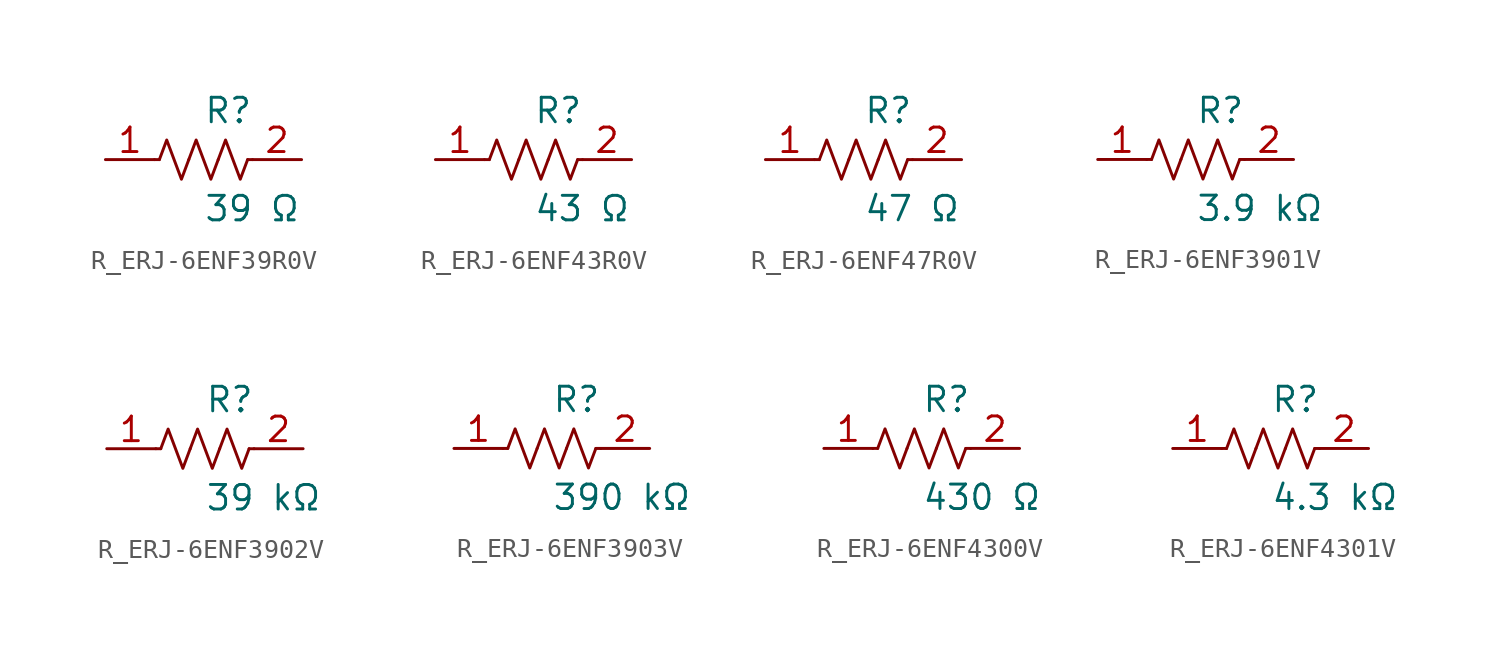
<source format=kicad_sym>
(kicad_symbol_lib
  (version 20231120)
  (generator kicad_symbol_editor)
  (generator_version 8.0)
  (symbol "R_ERJ-6ENF39R0V"
    (pin_names
      (offset 0.254))
    (property "Reference" "R"
      (at 0.0 2.54 0)
      (effects (font (size 1.27 1.27)) (justify left)))
    (property "Value" "39 Ω"
      (at 0.0 -2.54 0)
      (effects (font (size 1.27 1.27)) (justify left)))
    (symbol "R_ERJ-6ENF39R0V_0_1"
      (polyline (pts (xy 2.286 0) (xy 2.54 0)) (stroke (width 0) (type default)) (fill (type none)))
      (polyline (pts (xy -2.286 0) (xy -2.54 0)) (stroke (width 0) (type default)) (fill (type none)))
      (polyline (pts (xy 0.762 0) (xy 1.143 1.016) (xy 1.524 0) (xy 1.905 -1.016) (xy 2.286 0)) (stroke (width 0) (type default)) (fill (type none)))
      (polyline (pts (xy -0.762 0) (xy -0.381 1.016) (xy 0 0) (xy 0.381 -1.016) (xy 0.762 0)) (stroke (width 0) (type default)) (fill (type none)))
      (polyline (pts (xy -2.286 0) (xy -1.905 1.016) (xy -1.524 0) (xy -1.143 -1.016) (xy -0.762 0)) (stroke (width 0) (type default)) (fill (type none))))
    (pin unspecified line
      (at -5.08 0 0)
      (length 2.54)
      (name "" (effects (font (size 1.27 1.27))))
      (number "1" (effects (font (size 1.27 1.27)))))
    (pin unspecified line
      (at 5.08 0 180)
      (length 2.54)
      (name "" (effects (font (size 1.27 1.27))))
      (number "2" (effects (font (size 1.27 1.27))))))
  (symbol "R_ERJ-6ENF43R0V"
    (pin_names
      (offset 0.254))
    (property "Reference" "R"
      (at 0.0 2.54 0)
      (effects (font (size 1.27 1.27)) (justify left)))
    (property "Value" "43 Ω"
      (at 0.0 -2.54 0)
      (effects (font (size 1.27 1.27)) (justify left)))
    (symbol "R_ERJ-6ENF43R0V_0_1"
      (polyline (pts (xy 2.286 0) (xy 2.54 0)) (stroke (width 0) (type default)) (fill (type none)))
      (polyline (pts (xy -2.286 0) (xy -2.54 0)) (stroke (width 0) (type default)) (fill (type none)))
      (polyline (pts (xy 0.762 0) (xy 1.143 1.016) (xy 1.524 0) (xy 1.905 -1.016) (xy 2.286 0)) (stroke (width 0) (type default)) (fill (type none)))
      (polyline (pts (xy -0.762 0) (xy -0.381 1.016) (xy 0 0) (xy 0.381 -1.016) (xy 0.762 0)) (stroke (width 0) (type default)) (fill (type none)))
      (polyline (pts (xy -2.286 0) (xy -1.905 1.016) (xy -1.524 0) (xy -1.143 -1.016) (xy -0.762 0)) (stroke (width 0) (type default)) (fill (type none))))
    (pin unspecified line
      (at -5.08 0 0)
      (length 2.54)
      (name "" (effects (font (size 1.27 1.27))))
      (number "1" (effects (font (size 1.27 1.27)))))
    (pin unspecified line
      (at 5.08 0 180)
      (length 2.54)
      (name "" (effects (font (size 1.27 1.27))))
      (number "2" (effects (font (size 1.27 1.27))))))
  (symbol "R_ERJ-6ENF47R0V"
    (pin_names
      (offset 0.254))
    (property "Reference" "R"
      (at 0.0 2.54 0)
      (effects (font (size 1.27 1.27)) (justify left)))
    (property "Value" "47 Ω"
      (at 0.0 -2.54 0)
      (effects (font (size 1.27 1.27)) (justify left)))
    (symbol "R_ERJ-6ENF47R0V_0_1"
      (polyline (pts (xy 2.286 0) (xy 2.54 0)) (stroke (width 0) (type default)) (fill (type none)))
      (polyline (pts (xy -2.286 0) (xy -2.54 0)) (stroke (width 0) (type default)) (fill (type none)))
      (polyline (pts (xy 0.762 0) (xy 1.143 1.016) (xy 1.524 0) (xy 1.905 -1.016) (xy 2.286 0)) (stroke (width 0) (type default)) (fill (type none)))
      (polyline (pts (xy -0.762 0) (xy -0.381 1.016) (xy 0 0) (xy 0.381 -1.016) (xy 0.762 0)) (stroke (width 0) (type default)) (fill (type none)))
      (polyline (pts (xy -2.286 0) (xy -1.905 1.016) (xy -1.524 0) (xy -1.143 -1.016) (xy -0.762 0)) (stroke (width 0) (type default)) (fill (type none))))
    (pin unspecified line
      (at -5.08 0 0)
      (length 2.54)
      (name "" (effects (font (size 1.27 1.27))))
      (number "1" (effects (font (size 1.27 1.27)))))
    (pin unspecified line
      (at 5.08 0 180)
      (length 2.54)
      (name "" (effects (font (size 1.27 1.27))))
      (number "2" (effects (font (size 1.27 1.27))))))
  (symbol "R_ERJ-6ENF3901V"
    (pin_names
      (offset 0.254))
    (property "Reference" "R"
      (at 0.0 2.54 0)
      (effects (font (size 1.27 1.27)) (justify left)))
    (property "Value" "3.9 kΩ"
      (at 0.0 -2.54 0)
      (effects (font (size 1.27 1.27)) (justify left)))
    (symbol "R_ERJ-6ENF3901V_0_1"
      (polyline (pts (xy 2.286 0) (xy 2.54 0)) (stroke (width 0) (type default)) (fill (type none)))
      (polyline (pts (xy -2.286 0) (xy -2.54 0)) (stroke (width 0) (type default)) (fill (type none)))
      (polyline (pts (xy 0.762 0) (xy 1.143 1.016) (xy 1.524 0) (xy 1.905 -1.016) (xy 2.286 0)) (stroke (width 0) (type default)) (fill (type none)))
      (polyline (pts (xy -0.762 0) (xy -0.381 1.016) (xy 0 0) (xy 0.381 -1.016) (xy 0.762 0)) (stroke (width 0) (type default)) (fill (type none)))
      (polyline (pts (xy -2.286 0) (xy -1.905 1.016) (xy -1.524 0) (xy -1.143 -1.016) (xy -0.762 0)) (stroke (width 0) (type default)) (fill (type none))))
    (pin unspecified line
      (at -5.08 0 0)
      (length 2.54)
      (name "" (effects (font (size 1.27 1.27))))
      (number "1" (effects (font (size 1.27 1.27)))))
    (pin unspecified line
      (at 5.08 0 180)
      (length 2.54)
      (name "" (effects (font (size 1.27 1.27))))
      (number "2" (effects (font (size 1.27 1.27))))))
  (symbol "R_ERJ-6ENF3902V"
    (pin_names
      (offset 0.254))
    (property "Reference" "R"
      (at 0.0 2.54 0)
      (effects (font (size 1.27 1.27)) (justify left)))
    (property "Value" "39 kΩ"
      (at 0.0 -2.54 0)
      (effects (font (size 1.27 1.27)) (justify left)))
    (symbol "R_ERJ-6ENF3902V_0_1"
      (polyline (pts (xy 2.286 0) (xy 2.54 0)) (stroke (width 0) (type default)) (fill (type none)))
      (polyline (pts (xy -2.286 0) (xy -2.54 0)) (stroke (width 0) (type default)) (fill (type none)))
      (polyline (pts (xy 0.762 0) (xy 1.143 1.016) (xy 1.524 0) (xy 1.905 -1.016) (xy 2.286 0)) (stroke (width 0) (type default)) (fill (type none)))
      (polyline (pts (xy -0.762 0) (xy -0.381 1.016) (xy 0 0) (xy 0.381 -1.016) (xy 0.762 0)) (stroke (width 0) (type default)) (fill (type none)))
      (polyline (pts (xy -2.286 0) (xy -1.905 1.016) (xy -1.524 0) (xy -1.143 -1.016) (xy -0.762 0)) (stroke (width 0) (type default)) (fill (type none))))
    (pin unspecified line
      (at -5.08 0 0)
      (length 2.54)
      (name "" (effects (font (size 1.27 1.27))))
      (number "1" (effects (font (size 1.27 1.27)))))
    (pin unspecified line
      (at 5.08 0 180)
      (length 2.54)
      (name "" (effects (font (size 1.27 1.27))))
      (number "2" (effects (font (size 1.27 1.27))))))
  (symbol "R_ERJ-6ENF3903V"
    (pin_names
      (offset 0.254))
    (property "Reference" "R"
      (at 0.0 2.54 0)
      (effects (font (size 1.27 1.27)) (justify left)))
    (property "Value" "390 kΩ"
      (at 0.0 -2.54 0)
      (effects (font (size 1.27 1.27)) (justify left)))
    (symbol "R_ERJ-6ENF3903V_0_1"
      (polyline (pts (xy 2.286 0) (xy 2.54 0)) (stroke (width 0) (type default)) (fill (type none)))
      (polyline (pts (xy -2.286 0) (xy -2.54 0)) (stroke (width 0) (type default)) (fill (type none)))
      (polyline (pts (xy 0.762 0) (xy 1.143 1.016) (xy 1.524 0) (xy 1.905 -1.016) (xy 2.286 0)) (stroke (width 0) (type default)) (fill (type none)))
      (polyline (pts (xy -0.762 0) (xy -0.381 1.016) (xy 0 0) (xy 0.381 -1.016) (xy 0.762 0)) (stroke (width 0) (type default)) (fill (type none)))
      (polyline (pts (xy -2.286 0) (xy -1.905 1.016) (xy -1.524 0) (xy -1.143 -1.016) (xy -0.762 0)) (stroke (width 0) (type default)) (fill (type none))))
    (pin unspecified line
      (at -5.08 0 0)
      (length 2.54)
      (name "" (effects (font (size 1.27 1.27))))
      (number "1" (effects (font (size 1.27 1.27)))))
    (pin unspecified line
      (at 5.08 0 180)
      (length 2.54)
      (name "" (effects (font (size 1.27 1.27))))
      (number "2" (effects (font (size 1.27 1.27))))))
  (symbol "R_ERJ-6ENF4300V"
    (pin_names
      (offset 0.254))
    (property "Reference" "R"
      (at 0.0 2.54 0)
      (effects (font (size 1.27 1.27)) (justify left)))
    (property "Value" "430 Ω"
      (at 0.0 -2.54 0)
      (effects (font (size 1.27 1.27)) (justify left)))
    (symbol "R_ERJ-6ENF4300V_0_1"
      (polyline (pts (xy 2.286 0) (xy 2.54 0)) (stroke (width 0) (type default)) (fill (type none)))
      (polyline (pts (xy -2.286 0) (xy -2.54 0)) (stroke (width 0) (type default)) (fill (type none)))
      (polyline (pts (xy 0.762 0) (xy 1.143 1.016) (xy 1.524 0) (xy 1.905 -1.016) (xy 2.286 0)) (stroke (width 0) (type default)) (fill (type none)))
      (polyline (pts (xy -0.762 0) (xy -0.381 1.016) (xy 0 0) (xy 0.381 -1.016) (xy 0.762 0)) (stroke (width 0) (type default)) (fill (type none)))
      (polyline (pts (xy -2.286 0) (xy -1.905 1.016) (xy -1.524 0) (xy -1.143 -1.016) (xy -0.762 0)) (stroke (width 0) (type default)) (fill (type none))))
    (pin unspecified line
      (at -5.08 0 0)
      (length 2.54)
      (name "" (effects (font (size 1.27 1.27))))
      (number "1" (effects (font (size 1.27 1.27)))))
    (pin unspecified line
      (at 5.08 0 180)
      (length 2.54)
      (name "" (effects (font (size 1.27 1.27))))
      (number "2" (effects (font (size 1.27 1.27))))))
  (symbol "R_ERJ-6ENF4301V"
    (pin_names
      (offset 0.254))
    (property "Reference" "R"
      (at 0.0 2.54 0)
      (effects (font (size 1.27 1.27)) (justify left)))
    (property "Value" "4.3 kΩ"
      (at 0.0 -2.54 0)
      (effects (font (size 1.27 1.27)) (justify left)))
    (symbol "R_ERJ-6ENF4301V_0_1"
      (polyline (pts (xy 2.286 0) (xy 2.54 0)) (stroke (width 0) (type default)) (fill (type none)))
      (polyline (pts (xy -2.286 0) (xy -2.54 0)) (stroke (width 0) (type default)) (fill (type none)))
      (polyline (pts (xy 0.762 0) (xy 1.143 1.016) (xy 1.524 0) (xy 1.905 -1.016) (xy 2.286 0)) (stroke (width 0) (type default)) (fill (type none)))
      (polyline (pts (xy -0.762 0) (xy -0.381 1.016) (xy 0 0) (xy 0.381 -1.016) (xy 0.762 0)) (stroke (width 0) (type default)) (fill (type none)))
      (polyline (pts (xy -2.286 0) (xy -1.905 1.016) (xy -1.524 0) (xy -1.143 -1.016) (xy -0.762 0)) (stroke (width 0) (type default)) (fill (type none))))
    (pin unspecified line
      (at -5.08 0 0)
      (length 2.54)
      (name "" (effects (font (size 1.27 1.27))))
      (number "1" (effects (font (size 1.27 1.27)))))
    (pin unspecified line
      (at 5.08 0 180)
      (length 2.54)
      (name "" (effects (font (size 1.27 1.27))))
      (number "2" (effects (font (size 1.27 1.27)))))))
</source>
